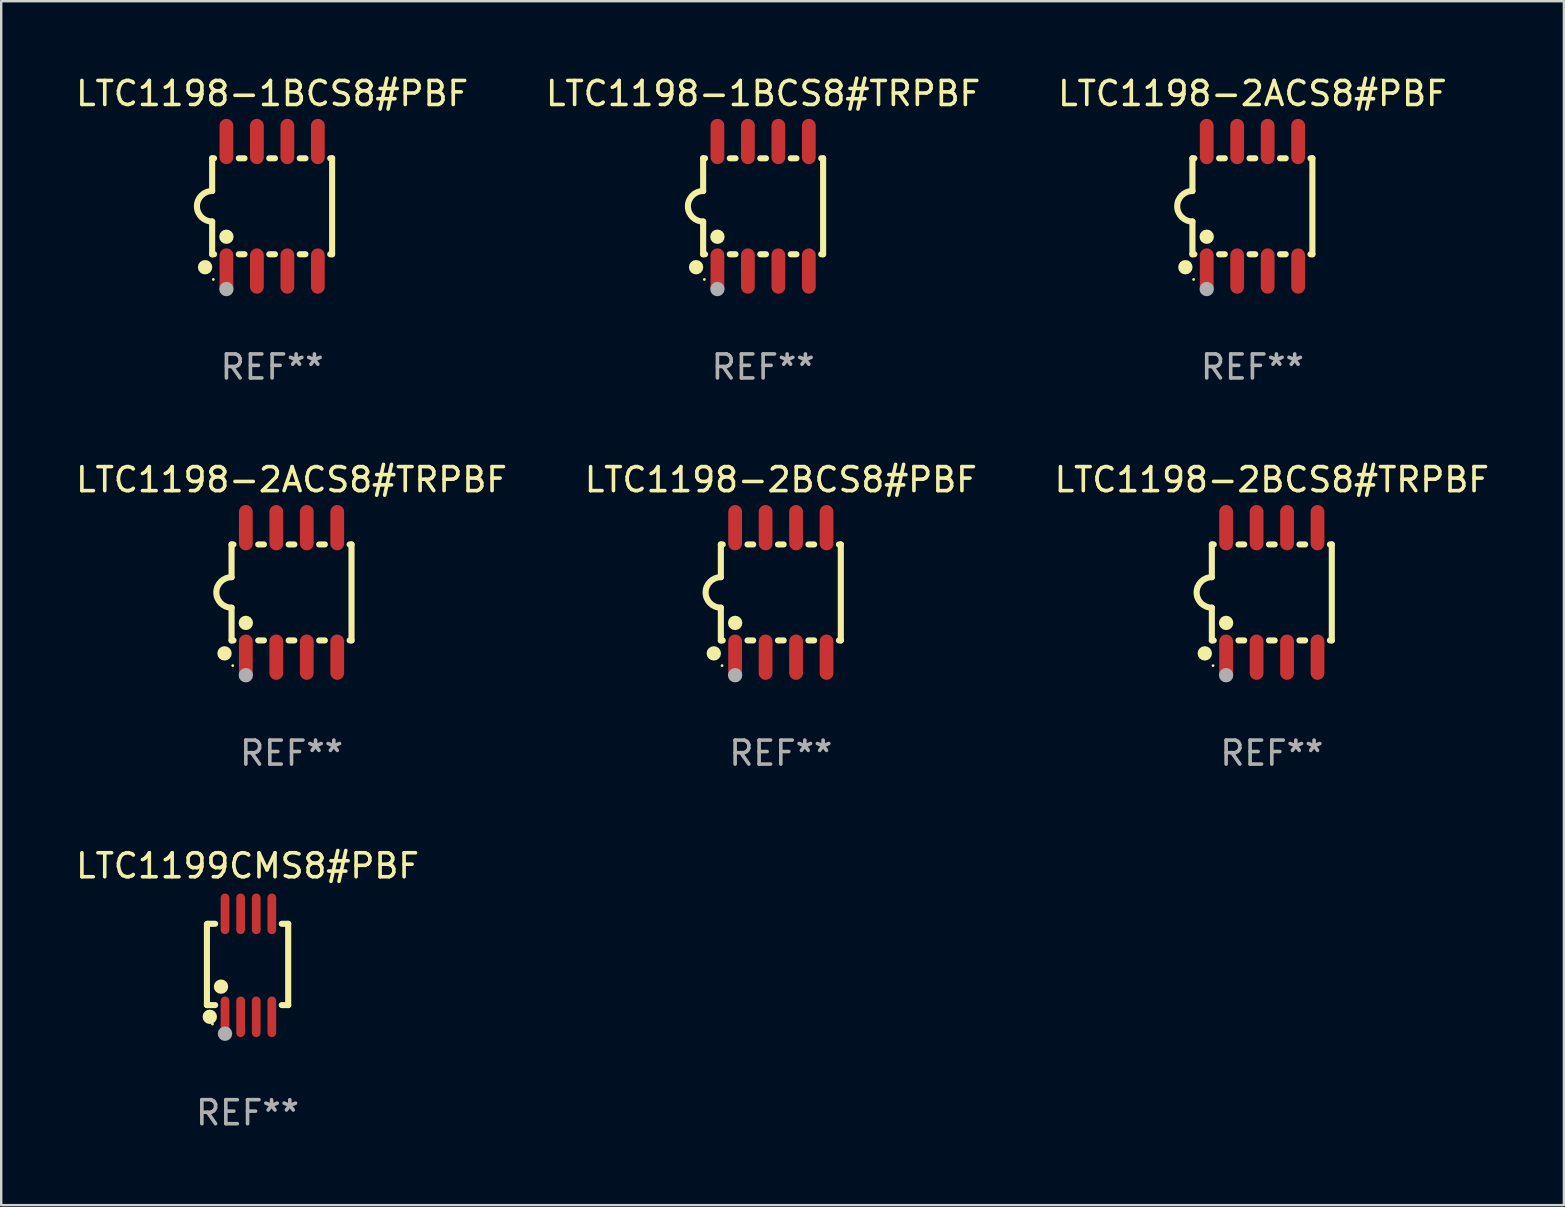
<source format=kicad_pcb>
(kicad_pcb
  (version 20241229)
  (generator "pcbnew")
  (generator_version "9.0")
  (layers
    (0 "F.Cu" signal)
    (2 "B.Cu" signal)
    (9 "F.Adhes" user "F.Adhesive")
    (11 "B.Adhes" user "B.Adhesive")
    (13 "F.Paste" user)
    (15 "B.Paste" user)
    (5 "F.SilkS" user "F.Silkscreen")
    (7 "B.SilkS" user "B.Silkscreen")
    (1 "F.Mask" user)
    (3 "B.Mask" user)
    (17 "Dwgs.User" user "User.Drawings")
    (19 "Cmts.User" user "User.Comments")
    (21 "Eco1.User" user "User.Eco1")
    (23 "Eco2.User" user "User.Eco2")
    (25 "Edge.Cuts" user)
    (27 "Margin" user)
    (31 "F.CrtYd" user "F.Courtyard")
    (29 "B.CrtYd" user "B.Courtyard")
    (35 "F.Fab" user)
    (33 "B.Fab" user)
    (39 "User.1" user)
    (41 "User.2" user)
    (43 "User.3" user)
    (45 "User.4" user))
  (footprint "LTC1199CMS8#PBF"
    (layer "F.Cu")
    (at 7.268 37.183)
    (property "Reference" "LTC1199CMS8#PBF" (at 0 -4.146 0) (layer "F.SilkS") (effects (font (size 1 1) (thickness 0.15))))
    (attr through_hole)
    (fp_line (start -1.694 -1.724) (end -1.694 1.652) (stroke (width 0.254) (type solid)) (layer "F.SilkS"))
    (fp_line (start -1.694 1.652) (end -1.688 1.658) (stroke (width 0.254) (type solid)) (layer "F.SilkS"))
    (fp_line (start -1.688 1.658) (end -1.353 1.658) (stroke (width 0.254) (type solid)) (layer "F.SilkS"))
    (fp_line (start -1.661 -1.73) (end -1.681 -1.71) (stroke (width 0.254) (type solid)) (layer "F.SilkS"))
    (fp_line (start -1.353 -1.73) (end -1.661 -1.73) (stroke (width 0.254) (type solid)) (layer "F.SilkS"))
    (fp_line (start 1.424 1.658) (end 1.694 1.658) (stroke (width 0.254) (type solid)) (layer "F.SilkS"))
    (fp_line (start 1.694 -1.73) (end 1.424 -1.73) (stroke (width 0.254) (type solid)) (layer "F.SilkS"))
    (fp_line (start 1.694 1.658) (end 1.694 -1.73) (stroke (width 0.254) (type solid)) (layer "F.SilkS"))
    (fp_circle (center -1.574 2.146) (end -1.424 2.146) (stroke (width 0.3) (type solid)) (fill no) (layer "F.SilkS"))
    (fp_circle (center -1.464 2.45) (end -1.434 2.45) (stroke (width 0.06) (type solid)) (fill no) (layer "F.SilkS"))
    (fp_circle (center -1.107 0.889) (end -0.957 0.889) (stroke (width 0.3) (type solid)) (fill no) (layer "F.SilkS"))
    (fp_circle (center -0.94 2.85) (end -0.789 2.85) (stroke (width 0.3) (type solid)) (fill no) (layer "F.Fab"))
    (fp_text user "REF**" (at 0 6.146 0) (layer "F.Fab") (effects (font (size 1 1) (thickness 0.15))))
    (pad "1" smd oval (at -0.94 2.146) (size 0.364 1.692) (layers "F.Cu" "F.Mask" "F.Paste"))
    (pad "2" smd oval (at -0.289 2.146) (size 0.364 1.692) (layers "F.Cu" "F.Mask" "F.Paste"))
    (pad "3" smd oval (at 0.361 2.146) (size 0.364 1.692) (layers "F.Cu" "F.Mask" "F.Paste"))
    (pad "4" smd oval (at 1.011 2.146) (size 0.364 1.692) (layers "F.Cu" "F.Mask" "F.Paste"))
    (pad "5" smd oval (at 1.011 -2.146) (size 0.364 1.692) (layers "F.Cu" "F.Mask" "F.Paste"))
    (pad "6" smd oval (at 0.361 -2.146) (size 0.364 1.692) (layers "F.Cu" "F.Mask" "F.Paste"))
    (pad "7" smd oval (at -0.289 -2.146) (size 0.364 1.692) (layers "F.Cu" "F.Mask" "F.Paste"))
    (pad "8" smd oval (at -0.94 -2.146) (size 0.364 1.692) (layers "F.Cu" "F.Mask" "F.Paste")))
  (footprint "LTC1198-2ACS8#PBF"
    (layer "F.Cu")
    (at 49.149 5.547)
    (property "Reference" "LTC1198-2ACS8#PBF" (at 0 -4.699 0) (layer "F.SilkS") (effects (font (size 1 1) (thickness 0.15))))
    (attr through_hole)
    (fp_line (start -2.5 -2) (end -2.5 -0.635) (stroke (width 0.254) (type solid)) (layer "F.SilkS"))
    (fp_line (start -2.5 -2) (end -2.421 -2) (stroke (width 0.254) (type solid)) (layer "F.SilkS"))
    (fp_line (start -2.5 2) (end -2.5 0.635) (stroke (width 0.254) (type solid)) (layer "F.SilkS"))
    (fp_line (start -2.5 2) (end -2.421 2) (stroke (width 0.254) (type solid)) (layer "F.SilkS"))
    (fp_line (start -1.389 -2) (end -1.151 -2) (stroke (width 0.254) (type solid)) (layer "F.SilkS"))
    (fp_line (start -1.389 2) (end -1.151 2) (stroke (width 0.254) (type solid)) (layer "F.SilkS"))
    (fp_line (start -0.119 -2) (end 0.119 -2) (stroke (width 0.254) (type solid)) (layer "F.SilkS"))
    (fp_line (start -0.119 2) (end 0.119 2) (stroke (width 0.254) (type solid)) (layer "F.SilkS"))
    (fp_line (start 1.151 -2) (end 1.389 -2) (stroke (width 0.254) (type solid)) (layer "F.SilkS"))
    (fp_line (start 1.151 2) (end 1.389 2) (stroke (width 0.254) (type solid)) (layer "F.SilkS"))
    (fp_line (start 2.421 -2) (end 2.5 -2) (stroke (width 0.254) (type solid)) (layer "F.SilkS"))
    (fp_line (start 2.421 2) (end 2.5 2) (stroke (width 0.254) (type solid)) (layer "F.SilkS"))
    (fp_line (start 2.5 -2) (end 2.5 2) (stroke (width 0.254) (type solid)) (layer "F.SilkS"))
    (fp_arc (start -2.5 0.635001) (mid -3.134366 -0.000318) (end -2.499365 -0.635001) (stroke (width 0.254001) (type solid)) (layer "F.SilkS"))
    (fp_circle (center -2.794 2.54) (end -2.644 2.54) (stroke (width 0.3) (type solid)) (fill no) (layer "F.SilkS"))
    (fp_circle (center -2.45 3.05) (end -2.42 3.05) (stroke (width 0.06) (type solid)) (fill no) (layer "F.SilkS"))
    (fp_circle (center -1.905 1.27) (end -1.755 1.27) (stroke (width 0.3) (type solid)) (fill no) (layer "F.SilkS"))
    (fp_circle (center -1.905 3.45) (end -1.755 3.45) (stroke (width 0.3) (type solid)) (fill no) (layer "F.Fab"))
    (fp_text user "REF**" (at 0 6.699 0) (layer "F.Fab") (effects (font (size 1 1) (thickness 0.15))))
    (pad "1" smd oval (at -1.905 2.699) (size 0.574 1.888) (layers "F.Cu" "F.Mask" "F.Paste"))
    (pad "2" smd oval (at -0.635 2.699) (size 0.574 1.888) (layers "F.Cu" "F.Mask" "F.Paste"))
    (pad "3" smd oval (at 0.635 2.699) (size 0.574 1.888) (layers "F.Cu" "F.Mask" "F.Paste"))
    (pad "4" smd oval (at 1.905 2.699) (size 0.574 1.888) (layers "F.Cu" "F.Mask" "F.Paste"))
    (pad "5" smd oval (at 1.905 -2.699) (size 0.574 1.888) (layers "F.Cu" "F.Mask" "F.Paste"))
    (pad "6" smd oval (at 0.635 -2.699) (size 0.574 1.888) (layers "F.Cu" "F.Mask" "F.Paste"))
    (pad "7" smd oval (at -0.635 -2.699) (size 0.574 1.888) (layers "F.Cu" "F.Mask" "F.Paste"))
    (pad "8" smd oval (at -1.905 -2.699) (size 0.574 1.888) (layers "F.Cu" "F.Mask" "F.Paste")))
  (footprint "LTC1198-1BCS8#TRPBF"
    (layer "F.Cu")
    (at 28.756 5.547)
    (property "Reference" "LTC1198-1BCS8#TRPBF" (at 0 -4.699 0) (layer "F.SilkS") (effects (font (size 1 1) (thickness 0.15))))
    (attr through_hole)
    (fp_line (start -2.5 -2) (end -2.5 -0.635) (stroke (width 0.254) (type solid)) (layer "F.SilkS"))
    (fp_line (start -2.5 -2) (end -2.421 -2) (stroke (width 0.254) (type solid)) (layer "F.SilkS"))
    (fp_line (start -2.5 2) (end -2.5 0.635) (stroke (width 0.254) (type solid)) (layer "F.SilkS"))
    (fp_line (start -2.5 2) (end -2.421 2) (stroke (width 0.254) (type solid)) (layer "F.SilkS"))
    (fp_line (start -1.389 -2) (end -1.151 -2) (stroke (width 0.254) (type solid)) (layer "F.SilkS"))
    (fp_line (start -1.389 2) (end -1.151 2) (stroke (width 0.254) (type solid)) (layer "F.SilkS"))
    (fp_line (start -0.119 -2) (end 0.119 -2) (stroke (width 0.254) (type solid)) (layer "F.SilkS"))
    (fp_line (start -0.119 2) (end 0.119 2) (stroke (width 0.254) (type solid)) (layer "F.SilkS"))
    (fp_line (start 1.151 -2) (end 1.389 -2) (stroke (width 0.254) (type solid)) (layer "F.SilkS"))
    (fp_line (start 1.151 2) (end 1.389 2) (stroke (width 0.254) (type solid)) (layer "F.SilkS"))
    (fp_line (start 2.421 -2) (end 2.5 -2) (stroke (width 0.254) (type solid)) (layer "F.SilkS"))
    (fp_line (start 2.421 2) (end 2.5 2) (stroke (width 0.254) (type solid)) (layer "F.SilkS"))
    (fp_line (start 2.5 -2) (end 2.5 2) (stroke (width 0.254) (type solid)) (layer "F.SilkS"))
    (fp_arc (start -2.5 0.635001) (mid -3.134366 -0.000318) (end -2.499365 -0.635001) (stroke (width 0.254001) (type solid)) (layer "F.SilkS"))
    (fp_circle (center -2.794 2.54) (end -2.644 2.54) (stroke (width 0.3) (type solid)) (fill no) (layer "F.SilkS"))
    (fp_circle (center -2.45 3.05) (end -2.42 3.05) (stroke (width 0.06) (type solid)) (fill no) (layer "F.SilkS"))
    (fp_circle (center -1.905 1.27) (end -1.755 1.27) (stroke (width 0.3) (type solid)) (fill no) (layer "F.SilkS"))
    (fp_circle (center -1.905 3.45) (end -1.755 3.45) (stroke (width 0.3) (type solid)) (fill no) (layer "F.Fab"))
    (fp_text user "REF**" (at 0 6.699 0) (layer "F.Fab") (effects (font (size 1 1) (thickness 0.15))))
    (pad "1" smd oval (at -1.905 2.699) (size 0.574 1.888) (layers "F.Cu" "F.Mask" "F.Paste"))
    (pad "2" smd oval (at -0.635 2.699) (size 0.574 1.888) (layers "F.Cu" "F.Mask" "F.Paste"))
    (pad "3" smd oval (at 0.635 2.699) (size 0.574 1.888) (layers "F.Cu" "F.Mask" "F.Paste"))
    (pad "4" smd oval (at 1.905 2.699) (size 0.574 1.888) (layers "F.Cu" "F.Mask" "F.Paste"))
    (pad "5" smd oval (at 1.905 -2.699) (size 0.574 1.888) (layers "F.Cu" "F.Mask" "F.Paste"))
    (pad "6" smd oval (at 0.635 -2.699) (size 0.574 1.888) (layers "F.Cu" "F.Mask" "F.Paste"))
    (pad "7" smd oval (at -0.635 -2.699) (size 0.574 1.888) (layers "F.Cu" "F.Mask" "F.Paste"))
    (pad "8" smd oval (at -1.905 -2.699) (size 0.574 1.888) (layers "F.Cu" "F.Mask" "F.Paste")))
  (footprint "LTC1198-2ACS8#TRPBF"
    (layer "F.Cu")
    (at 9.101 21.642)
    (property "Reference" "LTC1198-2ACS8#TRPBF" (at 0 -4.699 0) (layer "F.SilkS") (effects (font (size 1 1) (thickness 0.15))))
    (attr through_hole)
    (fp_line (start -2.5 -2) (end -2.5 -0.635) (stroke (width 0.254) (type solid)) (layer "F.SilkS"))
    (fp_line (start -2.5 -2) (end -2.421 -2) (stroke (width 0.254) (type solid)) (layer "F.SilkS"))
    (fp_line (start -2.5 2) (end -2.5 0.635) (stroke (width 0.254) (type solid)) (layer "F.SilkS"))
    (fp_line (start -2.5 2) (end -2.421 2) (stroke (width 0.254) (type solid)) (layer "F.SilkS"))
    (fp_line (start -1.389 -2) (end -1.151 -2) (stroke (width 0.254) (type solid)) (layer "F.SilkS"))
    (fp_line (start -1.389 2) (end -1.151 2) (stroke (width 0.254) (type solid)) (layer "F.SilkS"))
    (fp_line (start -0.119 -2) (end 0.119 -2) (stroke (width 0.254) (type solid)) (layer "F.SilkS"))
    (fp_line (start -0.119 2) (end 0.119 2) (stroke (width 0.254) (type solid)) (layer "F.SilkS"))
    (fp_line (start 1.151 -2) (end 1.389 -2) (stroke (width 0.254) (type solid)) (layer "F.SilkS"))
    (fp_line (start 1.151 2) (end 1.389 2) (stroke (width 0.254) (type solid)) (layer "F.SilkS"))
    (fp_line (start 2.421 -2) (end 2.5 -2) (stroke (width 0.254) (type solid)) (layer "F.SilkS"))
    (fp_line (start 2.421 2) (end 2.5 2) (stroke (width 0.254) (type solid)) (layer "F.SilkS"))
    (fp_line (start 2.5 -2) (end 2.5 2) (stroke (width 0.254) (type solid)) (layer "F.SilkS"))
    (fp_arc (start -2.5 0.635001) (mid -3.134366 -0.000318) (end -2.499365 -0.635001) (stroke (width 0.254001) (type solid)) (layer "F.SilkS"))
    (fp_circle (center -2.794 2.54) (end -2.644 2.54) (stroke (width 0.3) (type solid)) (fill no) (layer "F.SilkS"))
    (fp_circle (center -2.45 3.05) (end -2.42 3.05) (stroke (width 0.06) (type solid)) (fill no) (layer "F.SilkS"))
    (fp_circle (center -1.905 1.27) (end -1.755 1.27) (stroke (width 0.3) (type solid)) (fill no) (layer "F.SilkS"))
    (fp_circle (center -1.905 3.45) (end -1.755 3.45) (stroke (width 0.3) (type solid)) (fill no) (layer "F.Fab"))
    (fp_text user "REF**" (at 0 6.699 0) (layer "F.Fab") (effects (font (size 1 1) (thickness 0.15))))
    (pad "1" smd oval (at -1.905 2.699) (size 0.574 1.888) (layers "F.Cu" "F.Mask" "F.Paste"))
    (pad "2" smd oval (at -0.635 2.699) (size 0.574 1.888) (layers "F.Cu" "F.Mask" "F.Paste"))
    (pad "3" smd oval (at 0.635 2.699) (size 0.574 1.888) (layers "F.Cu" "F.Mask" "F.Paste"))
    (pad "4" smd oval (at 1.905 2.699) (size 0.574 1.888) (layers "F.Cu" "F.Mask" "F.Paste"))
    (pad "5" smd oval (at 1.905 -2.699) (size 0.574 1.888) (layers "F.Cu" "F.Mask" "F.Paste"))
    (pad "6" smd oval (at 0.635 -2.699) (size 0.574 1.888) (layers "F.Cu" "F.Mask" "F.Paste"))
    (pad "7" smd oval (at -0.635 -2.699) (size 0.574 1.888) (layers "F.Cu" "F.Mask" "F.Paste"))
    (pad "8" smd oval (at -1.905 -2.699) (size 0.574 1.888) (layers "F.Cu" "F.Mask" "F.Paste")))
  (footprint "LTC1198-2BCS8#PBF"
    (layer "F.Cu")
    (at 29.494 21.642)
    (property "Reference" "LTC1198-2BCS8#PBF" (at 0 -4.699 0) (layer "F.SilkS") (effects (font (size 1 1) (thickness 0.15))))
    (attr through_hole)
    (fp_line (start -2.5 -2) (end -2.5 -0.635) (stroke (width 0.254) (type solid)) (layer "F.SilkS"))
    (fp_line (start -2.5 -2) (end -2.421 -2) (stroke (width 0.254) (type solid)) (layer "F.SilkS"))
    (fp_line (start -2.5 2) (end -2.5 0.635) (stroke (width 0.254) (type solid)) (layer "F.SilkS"))
    (fp_line (start -2.5 2) (end -2.421 2) (stroke (width 0.254) (type solid)) (layer "F.SilkS"))
    (fp_line (start -1.389 -2) (end -1.151 -2) (stroke (width 0.254) (type solid)) (layer "F.SilkS"))
    (fp_line (start -1.389 2) (end -1.151 2) (stroke (width 0.254) (type solid)) (layer "F.SilkS"))
    (fp_line (start -0.119 -2) (end 0.119 -2) (stroke (width 0.254) (type solid)) (layer "F.SilkS"))
    (fp_line (start -0.119 2) (end 0.119 2) (stroke (width 0.254) (type solid)) (layer "F.SilkS"))
    (fp_line (start 1.151 -2) (end 1.389 -2) (stroke (width 0.254) (type solid)) (layer "F.SilkS"))
    (fp_line (start 1.151 2) (end 1.389 2) (stroke (width 0.254) (type solid)) (layer "F.SilkS"))
    (fp_line (start 2.421 -2) (end 2.5 -2) (stroke (width 0.254) (type solid)) (layer "F.SilkS"))
    (fp_line (start 2.421 2) (end 2.5 2) (stroke (width 0.254) (type solid)) (layer "F.SilkS"))
    (fp_line (start 2.5 -2) (end 2.5 2) (stroke (width 0.254) (type solid)) (layer "F.SilkS"))
    (fp_arc (start -2.5 0.635001) (mid -3.134366 -0.000318) (end -2.499365 -0.635001) (stroke (width 0.254001) (type solid)) (layer "F.SilkS"))
    (fp_circle (center -2.794 2.54) (end -2.644 2.54) (stroke (width 0.3) (type solid)) (fill no) (layer "F.SilkS"))
    (fp_circle (center -2.45 3.05) (end -2.42 3.05) (stroke (width 0.06) (type solid)) (fill no) (layer "F.SilkS"))
    (fp_circle (center -1.905 1.27) (end -1.755 1.27) (stroke (width 0.3) (type solid)) (fill no) (layer "F.SilkS"))
    (fp_circle (center -1.905 3.45) (end -1.755 3.45) (stroke (width 0.3) (type solid)) (fill no) (layer "F.Fab"))
    (fp_text user "REF**" (at 0 6.699 0) (layer "F.Fab") (effects (font (size 1 1) (thickness 0.15))))
    (pad "1" smd oval (at -1.905 2.699) (size 0.574 1.888) (layers "F.Cu" "F.Mask" "F.Paste"))
    (pad "2" smd oval (at -0.635 2.699) (size 0.574 1.888) (layers "F.Cu" "F.Mask" "F.Paste"))
    (pad "3" smd oval (at 0.635 2.699) (size 0.574 1.888) (layers "F.Cu" "F.Mask" "F.Paste"))
    (pad "4" smd oval (at 1.905 2.699) (size 0.574 1.888) (layers "F.Cu" "F.Mask" "F.Paste"))
    (pad "5" smd oval (at 1.905 -2.699) (size 0.574 1.888) (layers "F.Cu" "F.Mask" "F.Paste"))
    (pad "6" smd oval (at 0.635 -2.699) (size 0.574 1.888) (layers "F.Cu" "F.Mask" "F.Paste"))
    (pad "7" smd oval (at -0.635 -2.699) (size 0.574 1.888) (layers "F.Cu" "F.Mask" "F.Paste"))
    (pad "8" smd oval (at -1.905 -2.699) (size 0.574 1.888) (layers "F.Cu" "F.Mask" "F.Paste")))
  (footprint "LTC1198-2BCS8#TRPBF"
    (layer "F.Cu")
    (at 49.958 21.642)
    (property "Reference" "LTC1198-2BCS8#TRPBF" (at 0 -4.699 0) (layer "F.SilkS") (effects (font (size 1 1) (thickness 0.15))))
    (attr through_hole)
    (fp_line (start -2.5 -2) (end -2.5 -0.635) (stroke (width 0.254) (type solid)) (layer "F.SilkS"))
    (fp_line (start -2.5 -2) (end -2.421 -2) (stroke (width 0.254) (type solid)) (layer "F.SilkS"))
    (fp_line (start -2.5 2) (end -2.5 0.635) (stroke (width 0.254) (type solid)) (layer "F.SilkS"))
    (fp_line (start -2.5 2) (end -2.421 2) (stroke (width 0.254) (type solid)) (layer "F.SilkS"))
    (fp_line (start -1.389 -2) (end -1.151 -2) (stroke (width 0.254) (type solid)) (layer "F.SilkS"))
    (fp_line (start -1.389 2) (end -1.151 2) (stroke (width 0.254) (type solid)) (layer "F.SilkS"))
    (fp_line (start -0.119 -2) (end 0.119 -2) (stroke (width 0.254) (type solid)) (layer "F.SilkS"))
    (fp_line (start -0.119 2) (end 0.119 2) (stroke (width 0.254) (type solid)) (layer "F.SilkS"))
    (fp_line (start 1.151 -2) (end 1.389 -2) (stroke (width 0.254) (type solid)) (layer "F.SilkS"))
    (fp_line (start 1.151 2) (end 1.389 2) (stroke (width 0.254) (type solid)) (layer "F.SilkS"))
    (fp_line (start 2.421 -2) (end 2.5 -2) (stroke (width 0.254) (type solid)) (layer "F.SilkS"))
    (fp_line (start 2.421 2) (end 2.5 2) (stroke (width 0.254) (type solid)) (layer "F.SilkS"))
    (fp_line (start 2.5 -2) (end 2.5 2) (stroke (width 0.254) (type solid)) (layer "F.SilkS"))
    (fp_arc (start -2.5 0.635001) (mid -3.134366 -0.000318) (end -2.499365 -0.635001) (stroke (width 0.254001) (type solid)) (layer "F.SilkS"))
    (fp_circle (center -2.794 2.54) (end -2.644 2.54) (stroke (width 0.3) (type solid)) (fill no) (layer "F.SilkS"))
    (fp_circle (center -2.45 3.05) (end -2.42 3.05) (stroke (width 0.06) (type solid)) (fill no) (layer "F.SilkS"))
    (fp_circle (center -1.905 1.27) (end -1.755 1.27) (stroke (width 0.3) (type solid)) (fill no) (layer "F.SilkS"))
    (fp_circle (center -1.905 3.45) (end -1.755 3.45) (stroke (width 0.3) (type solid)) (fill no) (layer "F.Fab"))
    (fp_text user "REF**" (at 0 6.699 0) (layer "F.Fab") (effects (font (size 1 1) (thickness 0.15))))
    (pad "1" smd oval (at -1.905 2.699) (size 0.574 1.888) (layers "F.Cu" "F.Mask" "F.Paste"))
    (pad "2" smd oval (at -0.635 2.699) (size 0.574 1.888) (layers "F.Cu" "F.Mask" "F.Paste"))
    (pad "3" smd oval (at 0.635 2.699) (size 0.574 1.888) (layers "F.Cu" "F.Mask" "F.Paste"))
    (pad "4" smd oval (at 1.905 2.699) (size 0.574 1.888) (layers "F.Cu" "F.Mask" "F.Paste"))
    (pad "5" smd oval (at 1.905 -2.699) (size 0.574 1.888) (layers "F.Cu" "F.Mask" "F.Paste"))
    (pad "6" smd oval (at 0.635 -2.699) (size 0.574 1.888) (layers "F.Cu" "F.Mask" "F.Paste"))
    (pad "7" smd oval (at -0.635 -2.699) (size 0.574 1.888) (layers "F.Cu" "F.Mask" "F.Paste"))
    (pad "8" smd oval (at -1.905 -2.699) (size 0.574 1.888) (layers "F.Cu" "F.Mask" "F.Paste")))
  (footprint "LTC1198-1BCS8#PBF"
    (layer "F.Cu")
    (at 8.292 5.547)
    (property "Reference" "LTC1198-1BCS8#PBF" (at 0 -4.699 0) (layer "F.SilkS") (effects (font (size 1 1) (thickness 0.15))))
    (attr through_hole)
    (fp_line (start -2.5 -2) (end -2.5 -0.635) (stroke (width 0.254) (type solid)) (layer "F.SilkS"))
    (fp_line (start -2.5 -2) (end -2.421 -2) (stroke (width 0.254) (type solid)) (layer "F.SilkS"))
    (fp_line (start -2.5 2) (end -2.5 0.635) (stroke (width 0.254) (type solid)) (layer "F.SilkS"))
    (fp_line (start -2.5 2) (end -2.421 2) (stroke (width 0.254) (type solid)) (layer "F.SilkS"))
    (fp_line (start -1.389 -2) (end -1.151 -2) (stroke (width 0.254) (type solid)) (layer "F.SilkS"))
    (fp_line (start -1.389 2) (end -1.151 2) (stroke (width 0.254) (type solid)) (layer "F.SilkS"))
    (fp_line (start -0.119 -2) (end 0.119 -2) (stroke (width 0.254) (type solid)) (layer "F.SilkS"))
    (fp_line (start -0.119 2) (end 0.119 2) (stroke (width 0.254) (type solid)) (layer "F.SilkS"))
    (fp_line (start 1.151 -2) (end 1.389 -2) (stroke (width 0.254) (type solid)) (layer "F.SilkS"))
    (fp_line (start 1.151 2) (end 1.389 2) (stroke (width 0.254) (type solid)) (layer "F.SilkS"))
    (fp_line (start 2.421 -2) (end 2.5 -2) (stroke (width 0.254) (type solid)) (layer "F.SilkS"))
    (fp_line (start 2.421 2) (end 2.5 2) (stroke (width 0.254) (type solid)) (layer "F.SilkS"))
    (fp_line (start 2.5 -2) (end 2.5 2) (stroke (width 0.254) (type solid)) (layer "F.SilkS"))
    (fp_arc (start -2.5 0.635001) (mid -3.134366 -0.000318) (end -2.499365 -0.635001) (stroke (width 0.254001) (type solid)) (layer "F.SilkS"))
    (fp_circle (center -2.794 2.54) (end -2.644 2.54) (stroke (width 0.3) (type solid)) (fill no) (layer "F.SilkS"))
    (fp_circle (center -2.45 3.05) (end -2.42 3.05) (stroke (width 0.06) (type solid)) (fill no) (layer "F.SilkS"))
    (fp_circle (center -1.905 1.27) (end -1.755 1.27) (stroke (width 0.3) (type solid)) (fill no) (layer "F.SilkS"))
    (fp_circle (center -1.905 3.45) (end -1.755 3.45) (stroke (width 0.3) (type solid)) (fill no) (layer "F.Fab"))
    (fp_text user "REF**" (at 0 6.699 0) (layer "F.Fab") (effects (font (size 1 1) (thickness 0.15))))
    (pad "1" smd oval (at -1.905 2.699) (size 0.574 1.888) (layers "F.Cu" "F.Mask" "F.Paste"))
    (pad "2" smd oval (at -0.635 2.699) (size 0.574 1.888) (layers "F.Cu" "F.Mask" "F.Paste"))
    (pad "3" smd oval (at 0.635 2.699) (size 0.574 1.888) (layers "F.Cu" "F.Mask" "F.Paste"))
    (pad "4" smd oval (at 1.905 2.699) (size 0.574 1.888) (layers "F.Cu" "F.Mask" "F.Paste"))
    (pad "5" smd oval (at 1.905 -2.699) (size 0.574 1.888) (layers "F.Cu" "F.Mask" "F.Paste"))
    (pad "6" smd oval (at 0.635 -2.699) (size 0.574 1.888) (layers "F.Cu" "F.Mask" "F.Paste"))
    (pad "7" smd oval (at -0.635 -2.699) (size 0.574 1.888) (layers "F.Cu" "F.Mask" "F.Paste"))
    (pad "8" smd oval (at -1.905 -2.699) (size 0.574 1.888) (layers "F.Cu" "F.Mask" "F.Paste")))
  (gr_rect
    (start -3 -3)
    (end 62.131 47.178)
    (stroke (width 0.1) (type default))
    (fill no)
    (layer "Edge.Cuts")))
</source>
